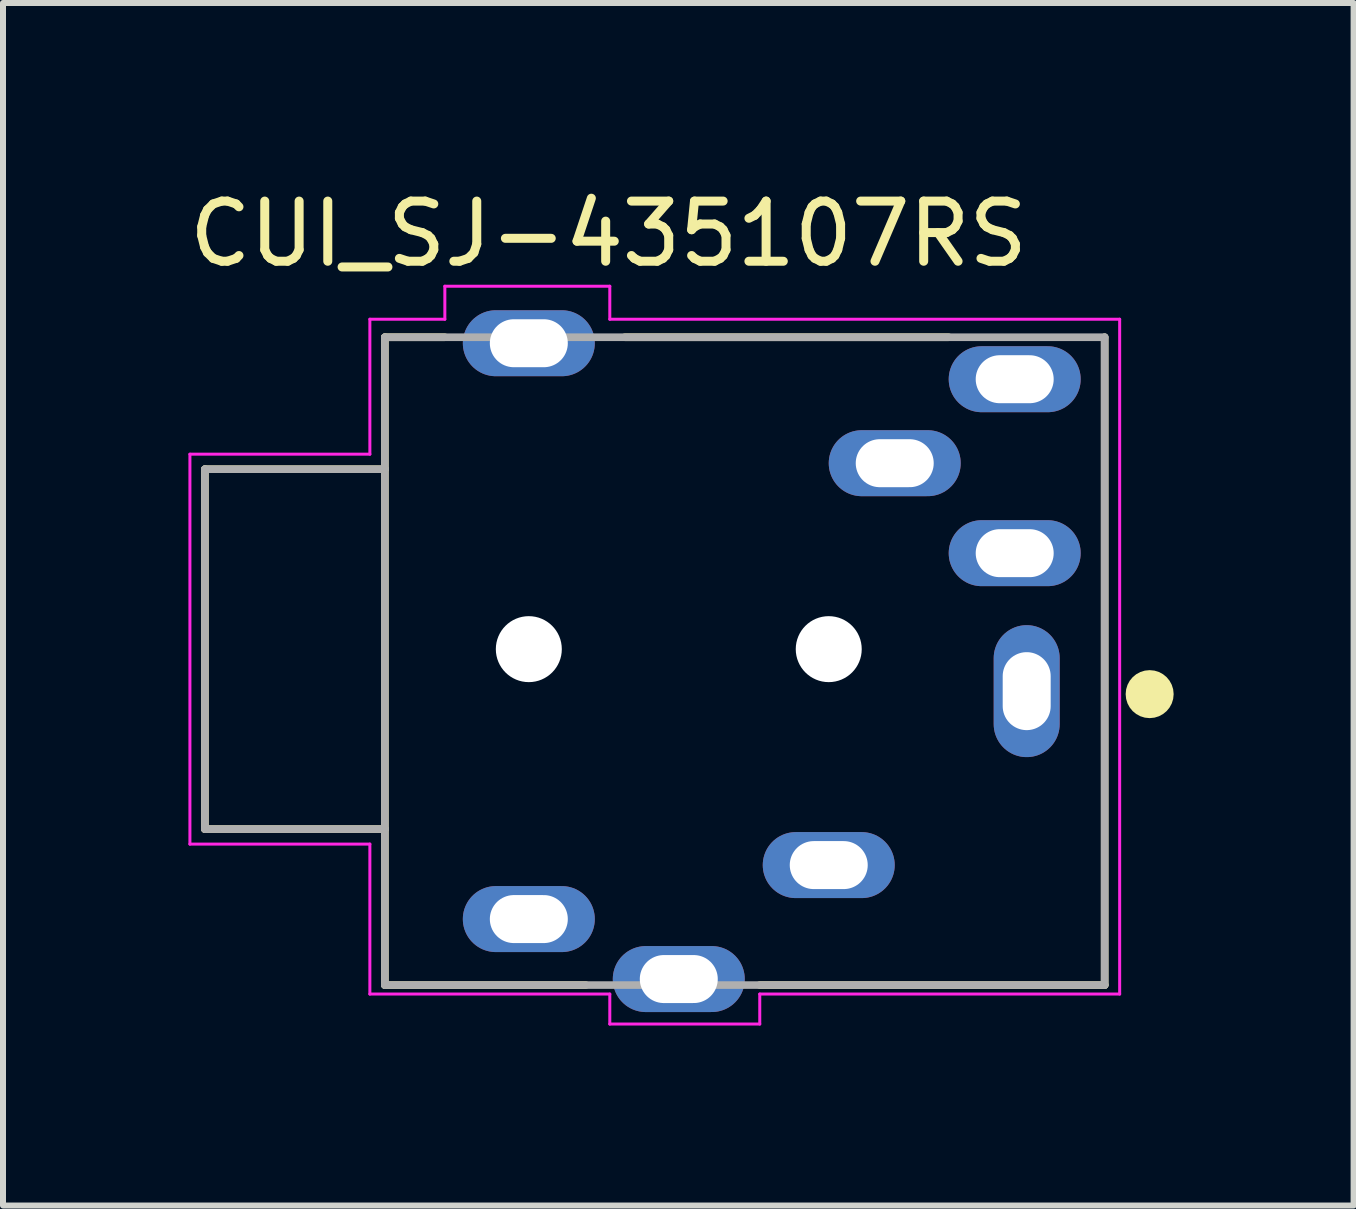
<source format=kicad_pcb>
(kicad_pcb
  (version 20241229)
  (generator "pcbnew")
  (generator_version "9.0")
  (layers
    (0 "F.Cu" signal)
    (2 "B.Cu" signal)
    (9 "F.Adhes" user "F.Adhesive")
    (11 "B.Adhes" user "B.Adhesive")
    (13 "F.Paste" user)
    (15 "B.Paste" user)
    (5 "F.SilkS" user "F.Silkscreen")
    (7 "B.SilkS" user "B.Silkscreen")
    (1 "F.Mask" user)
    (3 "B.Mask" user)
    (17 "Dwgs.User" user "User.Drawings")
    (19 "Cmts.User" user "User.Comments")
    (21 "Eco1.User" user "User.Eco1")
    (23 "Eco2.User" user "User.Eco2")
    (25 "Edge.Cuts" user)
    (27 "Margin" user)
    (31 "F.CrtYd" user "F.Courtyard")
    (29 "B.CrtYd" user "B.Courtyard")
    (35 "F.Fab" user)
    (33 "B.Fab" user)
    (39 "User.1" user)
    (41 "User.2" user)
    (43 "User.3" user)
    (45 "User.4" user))
  (footprint "CUI_SJ-435107RS"
    (layer "F.Cu")
    (at 9.366 7.772)
    (property "Reference" "CUI_SJ-435107RS" (at -2.271 -6.923 0) (layer "F.SilkS") (effects (font (size 1.003 1.003) (thickness 0.15))))
    (attr through_hole)
    (fp_line (start -9 -3) (end -9 3) (stroke (width 0.127) (type solid)) (layer "F.SilkS"))
    (fp_line (start -9 3) (end -6 3) (stroke (width 0.127) (type solid)) (layer "F.SilkS"))
    (fp_line (start -6 -5.2) (end -6 -3) (stroke (width 0.127) (type solid)) (layer "F.SilkS"))
    (fp_line (start -6 -3) (end -9 -3) (stroke (width 0.127) (type solid)) (layer "F.SilkS"))
    (fp_line (start -6 -3) (end -6 3) (stroke (width 0.127) (type solid)) (layer "F.SilkS"))
    (fp_line (start -6 3) (end -6 5.6) (stroke (width 0.127) (type solid)) (layer "F.SilkS"))
    (fp_line (start -6 5.6) (end -2.65 5.6) (stroke (width 0.127) (type solid)) (layer "F.SilkS"))
    (fp_line (start -5 -5.2) (end -6 -5.2) (stroke (width 0.127) (type solid)) (layer "F.SilkS"))
    (fp_line (start -2 -5.2) (end 3.4 -5.2) (stroke (width 0.127) (type solid)) (layer "F.SilkS"))
    (fp_line (start 0.25 5.6) (end 6 5.6) (stroke (width 0.127) (type solid)) (layer "F.SilkS"))
    (fp_line (start 6 5.6) (end 6 -5.2) (stroke (width 0.127) (type solid)) (layer "F.SilkS"))
    (fp_circle (center 6.75 0.75) (end 6.95 0.75) (stroke (width 0.4) (type solid)) (fill no) (layer "F.SilkS"))
    (fp_line (start -9.25 -3.25) (end -6.25 -3.25) (stroke (width 0.05) (type solid)) (layer "F.CrtYd"))
    (fp_line (start -9.25 3.25) (end -9.25 -3.25) (stroke (width 0.05) (type solid)) (layer "F.CrtYd"))
    (fp_line (start -6.25 -5.5) (end -5 -5.5) (stroke (width 0.05) (type solid)) (layer "F.CrtYd"))
    (fp_line (start -6.25 -3.25) (end -6.25 -5.5) (stroke (width 0.05) (type solid)) (layer "F.CrtYd"))
    (fp_line (start -6.25 3.25) (end -9.25 3.25) (stroke (width 0.05) (type solid)) (layer "F.CrtYd"))
    (fp_line (start -6.25 5.75) (end -6.25 3.25) (stroke (width 0.05) (type solid)) (layer "F.CrtYd"))
    (fp_line (start -5 -6.05) (end -2.25 -6.05) (stroke (width 0.05) (type solid)) (layer "F.CrtYd"))
    (fp_line (start -5 -5.5) (end -5 -6.05) (stroke (width 0.05) (type solid)) (layer "F.CrtYd"))
    (fp_line (start -2.25 -6.05) (end -2.25 -5.5) (stroke (width 0.05) (type solid)) (layer "F.CrtYd"))
    (fp_line (start -2.25 -5.5) (end 6.25 -5.5) (stroke (width 0.05) (type solid)) (layer "F.CrtYd"))
    (fp_line (start -2.25 5.75) (end -6.25 5.75) (stroke (width 0.05) (type solid)) (layer "F.CrtYd"))
    (fp_line (start -2.25 6.25) (end -2.25 5.75) (stroke (width 0.05) (type solid)) (layer "F.CrtYd"))
    (fp_line (start 0.25 5.75) (end 0.25 6.25) (stroke (width 0.05) (type solid)) (layer "F.CrtYd"))
    (fp_line (start 0.25 6.25) (end -2.25 6.25) (stroke (width 0.05) (type solid)) (layer "F.CrtYd"))
    (fp_line (start 6.25 -5.5) (end 6.25 5.75) (stroke (width 0.05) (type solid)) (layer "F.CrtYd"))
    (fp_line (start 6.25 5.75) (end 0.25 5.75) (stroke (width 0.05) (type solid)) (layer "F.CrtYd"))
    (fp_line (start -9 -3) (end -9 3) (stroke (width 0.127) (type solid)) (layer "F.Fab"))
    (fp_line (start -6 -5.2) (end 6 -5.2) (stroke (width 0.127) (type solid)) (layer "F.Fab"))
    (fp_line (start -6 -3) (end -9 -3) (stroke (width 0.127) (type solid)) (layer "F.Fab"))
    (fp_line (start -6 -3) (end -6 -5.2) (stroke (width 0.127) (type solid)) (layer "F.Fab"))
    (fp_line (start -6 3) (end -9 3) (stroke (width 0.127) (type solid)) (layer "F.Fab"))
    (fp_line (start -6 3) (end -6 -3) (stroke (width 0.127) (type solid)) (layer "F.Fab"))
    (fp_line (start -6 5.6) (end -6 3) (stroke (width 0.127) (type solid)) (layer "F.Fab"))
    (fp_line (start 6 -5.2) (end 6 5.6) (stroke (width 0.127) (type solid)) (layer "F.Fab"))
    (fp_line (start 6 5.6) (end -6 5.6) (stroke (width 0.127) (type solid)) (layer "F.Fab"))
    (pad "" np_thru_hole circle (at -3.6 0) (size 1.1 1.1) (drill 1.1) (layers "*.Cu" "*.Mask"))
    (pad "" np_thru_hole circle (at 1.4 0) (size 1.1 1.1) (drill 1.1) (layers "*.Cu" "*.Mask"))
    (pad "1" thru_hole oval (at 4.7 0.7) (size 1.1 2.2) (drill oval 0.8 1.3) (layers "*.Cu" "*.Mask"))
    (pad "2" thru_hole oval (at 1.4 3.6) (size 2.2 1.1) (drill oval 1.3 0.8) (layers "*.Cu" "*.Mask"))
    (pad "3" thru_hole oval (at 4.5 -1.6) (size 2.2 1.1) (drill oval 1.3 0.8) (layers "*.Cu" "*.Mask"))
    (pad "4" thru_hole oval (at -3.6 4.5) (size 2.2 1.1) (drill oval 1.3 0.8) (layers "*.Cu" "*.Mask"))
    (pad "5" thru_hole oval (at 2.5 -3.1) (size 2.2 1.1) (drill oval 1.3 0.8) (layers "*.Cu" "*.Mask"))
    (pad "6" thru_hole oval (at 4.5 -4.5) (size 2.2 1.1) (drill oval 1.3 0.8) (layers "*.Cu" "*.Mask"))
    (pad "SH1" thru_hole oval (at -3.6 -5.1) (size 2.2 1.1) (drill oval 1.3 0.8) (layers "*.Cu" "*.Mask"))
    (pad "SH2" thru_hole oval (at -1.1 5.5) (size 2.2 1.1) (drill oval 1.3 0.8) (layers "*.Cu" "*.Mask")))
  (gr_rect
    (start -3 -3)
    (end 19.516 17.047)
    (stroke (width 0.1) (type default))
    (fill no)
    (layer "Edge.Cuts")))
</source>
